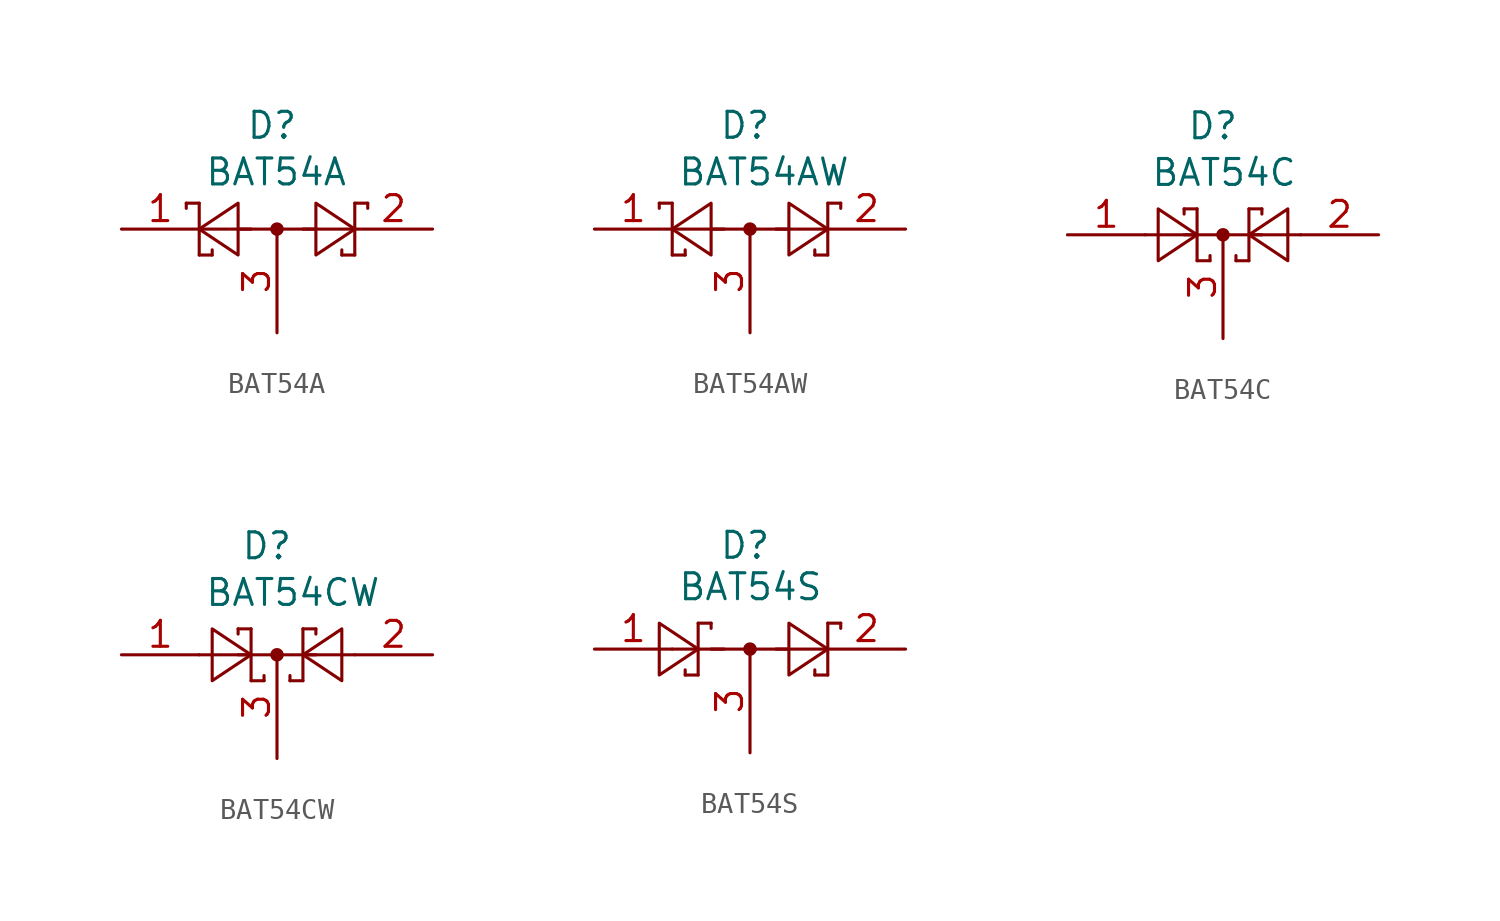
<source format=kicad_sym>
(kicad_symbol_lib
  (version 20241209)
  (generator "kicad_symbol_editor")
  (generator_version "9.0")
  (symbol "BAT54A"
    (pin_names
      (offset 1.016)
      (hide yes))
    (property "Reference" "D"
      (at -1.524 5.08 0)
      (effects (font (size 1.27 1.27)) (justify left)))
    (property "Value" "BAT54A"
      (at -3.556 2.794 0)
      (effects (font (size 1.27 1.27)) (justify left)))
    (symbol "BAT54A_0_1"
      (polyline (pts (xy -4.445 1.27) (xy -4.445 1.016)) (stroke (width 0) (type default)) (fill (type none)))
      (polyline (pts (xy -3.81 1.27) (xy -4.445 1.27)) (stroke (width 0) (type default)) (fill (type none)))
      (polyline (pts (xy -3.81 0) (xy -1.27 0)) (stroke (width 0) (type default)) (fill (type none)))
      (polyline (pts (xy -3.81 -1.27) (xy -3.81 1.27)) (stroke (width 0) (type default)) (fill (type none)))
      (polyline (pts (xy -3.81 -1.27) (xy -3.175 -1.27)) (stroke (width 0) (type default)) (fill (type none)))
      (polyline (pts (xy -3.175 -1.27) (xy -3.175 -1.016)) (stroke (width 0) (type default)) (fill (type none)))
      (polyline (pts (xy -1.905 1.27) (xy -1.905 -1.27) (xy -3.81 0) (xy -1.905 1.27)) (stroke (width 0) (type default)) (fill (type none)))
      (polyline (pts (xy -1.905 0) (xy 1.905 0)) (stroke (width 0) (type default)) (fill (type none)))
      (circle (center 0 0) (radius 0.254) (stroke (width 0) (type default)) (fill (type outline)))
      (polyline (pts (xy 1.27 0) (xy 3.81 0)) (stroke (width 0) (type default)) (fill (type none)))
      (polyline (pts (xy 1.905 1.27) (xy 1.905 -1.27) (xy 3.81 0) (xy 1.905 1.27)) (stroke (width 0) (type default)) (fill (type none)))
      (polyline (pts (xy 3.175 -1.27) (xy 3.175 -1.016)) (stroke (width 0) (type default)) (fill (type none)))
      (polyline (pts (xy 3.81 1.27) (xy 4.445 1.27)) (stroke (width 0) (type default)) (fill (type none)))
      (polyline (pts (xy 3.81 -1.27) (xy 3.175 -1.27)) (stroke (width 0) (type default)) (fill (type none)))
      (polyline (pts (xy 3.81 -1.27) (xy 3.81 1.27)) (stroke (width 0) (type default)) (fill (type none)))
      (polyline (pts (xy 4.445 1.27) (xy 4.445 1.016)) (stroke (width 0) (type default)) (fill (type none))))
    (symbol "BAT54A_1_1"
      (pin passive line (at -7.62 0 0) (length 3.81) (name "K1" (effects (font (size 1.27 1.27)))) (number "1" (effects (font (size 1.27 1.27)))))
      (pin passive line (at 0 -5.08 90) (length 5.08) (name "A" (effects (font (size 1.27 1.27)))) (number "3" (effects (font (size 1.27 1.27)))))
      (pin passive line (at 7.62 0 180) (length 3.81) (name "K2" (effects (font (size 1.27 1.27)))) (number "2" (effects (font (size 1.27 1.27)))))))
  (symbol "BAT54AW"
    (pin_names
      (offset 1.016)
      (hide yes))
    (property "Reference" "D"
      (at -1.524 5.08 0)
      (effects (font (size 1.27 1.27)) (justify left)))
    (property "Value" "BAT54AW"
      (at -3.556 2.794 0)
      (effects (font (size 1.27 1.27)) (justify left)))
    (symbol "BAT54AW_0_1"
      (polyline (pts (xy -4.445 1.27) (xy -4.445 1.016)) (stroke (width 0) (type default)) (fill (type none)))
      (polyline (pts (xy -3.81 1.27) (xy -4.445 1.27)) (stroke (width 0) (type default)) (fill (type none)))
      (polyline (pts (xy -3.81 0) (xy -1.27 0)) (stroke (width 0) (type default)) (fill (type none)))
      (polyline (pts (xy -3.81 -1.27) (xy -3.81 1.27)) (stroke (width 0) (type default)) (fill (type none)))
      (polyline (pts (xy -3.81 -1.27) (xy -3.175 -1.27)) (stroke (width 0) (type default)) (fill (type none)))
      (polyline (pts (xy -3.175 -1.27) (xy -3.175 -1.016)) (stroke (width 0) (type default)) (fill (type none)))
      (polyline (pts (xy -1.905 1.27) (xy -1.905 -1.27) (xy -3.81 0) (xy -1.905 1.27)) (stroke (width 0) (type default)) (fill (type none)))
      (polyline (pts (xy -1.905 0) (xy 1.905 0)) (stroke (width 0) (type default)) (fill (type none)))
      (circle (center 0 0) (radius 0.254) (stroke (width 0) (type default)) (fill (type outline)))
      (polyline (pts (xy 1.27 0) (xy 3.81 0)) (stroke (width 0) (type default)) (fill (type none)))
      (polyline (pts (xy 1.905 1.27) (xy 1.905 -1.27) (xy 3.81 0) (xy 1.905 1.27)) (stroke (width 0) (type default)) (fill (type none)))
      (polyline (pts (xy 3.175 -1.27) (xy 3.175 -1.016)) (stroke (width 0) (type default)) (fill (type none)))
      (polyline (pts (xy 3.81 1.27) (xy 4.445 1.27)) (stroke (width 0) (type default)) (fill (type none)))
      (polyline (pts (xy 3.81 -1.27) (xy 3.175 -1.27)) (stroke (width 0) (type default)) (fill (type none)))
      (polyline (pts (xy 3.81 -1.27) (xy 3.81 1.27)) (stroke (width 0) (type default)) (fill (type none)))
      (polyline (pts (xy 4.445 1.27) (xy 4.445 1.016)) (stroke (width 0) (type default)) (fill (type none))))
    (symbol "BAT54AW_1_1"
      (pin passive line (at -7.62 0 0) (length 3.81) (name "K1" (effects (font (size 1.27 1.27)))) (number "1" (effects (font (size 1.27 1.27)))))
      (pin passive line (at 0 -5.08 90) (length 5.08) (name "A" (effects (font (size 1.27 1.27)))) (number "3" (effects (font (size 1.27 1.27)))))
      (pin passive line (at 7.62 0 180) (length 3.81) (name "K2" (effects (font (size 1.27 1.27)))) (number "2" (effects (font (size 1.27 1.27)))))))
  (symbol "BAT54C"
    (pin_names
      (offset 1.016)
      (hide yes))
    (property "Reference" "D"
      (at -1.778 5.334 0)
      (effects (font (size 1.27 1.27)) (justify left)))
    (property "Value" "BAT54C"
      (at -3.556 3.048 0)
      (effects (font (size 1.27 1.27)) (justify left)))
    (symbol "BAT54C_0_1"
      (polyline (pts (xy -3.175 -1.27) (xy -3.175 1.27) (xy -1.27 0) (xy -3.175 -1.27)) (stroke (width 0) (type default)) (fill (type none)))
      (polyline (pts (xy -1.905 1.27) (xy -1.905 1.016)) (stroke (width 0) (type default)) (fill (type none)))
      (polyline (pts (xy -1.905 0) (xy 1.905 0)) (stroke (width 0) (type default)) (fill (type none)))
      (polyline (pts (xy -1.27 1.27) (xy -1.905 1.27)) (stroke (width 0) (type default)) (fill (type none)))
      (polyline (pts (xy -1.27 1.27) (xy -1.27 -1.27)) (stroke (width 0) (type default)) (fill (type none)))
      (polyline (pts (xy -1.27 0) (xy -3.81 0)) (stroke (width 0) (type default)) (fill (type none)))
      (polyline (pts (xy -1.27 -1.27) (xy -0.635 -1.27)) (stroke (width 0) (type default)) (fill (type none)))
      (polyline (pts (xy -0.635 -1.27) (xy -0.635 -1.016)) (stroke (width 0) (type default)) (fill (type none)))
      (circle (center 0 0) (radius 0.254) (stroke (width 0) (type default)) (fill (type outline)))
      (polyline (pts (xy 0.635 -1.27) (xy 0.635 -1.016)) (stroke (width 0) (type default)) (fill (type none)))
      (polyline (pts (xy 1.27 1.27) (xy 1.27 -1.27)) (stroke (width 0) (type default)) (fill (type none)))
      (polyline (pts (xy 1.27 1.27) (xy 1.905 1.27)) (stroke (width 0) (type default)) (fill (type none)))
      (polyline (pts (xy 1.27 -1.27) (xy 0.635 -1.27)) (stroke (width 0) (type default)) (fill (type none)))
      (polyline (pts (xy 1.905 1.27) (xy 1.905 1.016)) (stroke (width 0) (type default)) (fill (type none)))
      (polyline (pts (xy 3.175 -1.27) (xy 3.175 1.27) (xy 1.27 0) (xy 3.175 -1.27)) (stroke (width 0) (type default)) (fill (type none)))
      (polyline (pts (xy 3.81 0) (xy 1.27 0)) (stroke (width 0) (type default)) (fill (type none))))
    (symbol "BAT54C_1_1"
      (pin passive line (at -7.62 0 0) (length 3.81) (name "A1" (effects (font (size 1.27 1.27)))) (number "1" (effects (font (size 1.27 1.27)))))
      (pin passive line (at 0 -5.08 90) (length 5.08) (name "K" (effects (font (size 1.27 1.27)))) (number "3" (effects (font (size 1.27 1.27)))))
      (pin passive line (at 7.62 0 180) (length 3.81) (name "A2" (effects (font (size 1.27 1.27)))) (number "2" (effects (font (size 1.27 1.27)))))))
  (symbol "BAT54CW"
    (pin_names
      (offset 1.016)
      (hide yes))
    (property "Reference" "D"
      (at -1.778 5.334 0)
      (effects (font (size 1.27 1.27)) (justify left)))
    (property "Value" "BAT54CW"
      (at -3.556 3.048 0)
      (effects (font (size 1.27 1.27)) (justify left)))
    (symbol "BAT54CW_0_1"
      (polyline (pts (xy -3.175 -1.27) (xy -3.175 1.27) (xy -1.27 0) (xy -3.175 -1.27)) (stroke (width 0) (type default)) (fill (type none)))
      (polyline (pts (xy -1.905 1.27) (xy -1.905 1.016)) (stroke (width 0) (type default)) (fill (type none)))
      (polyline (pts (xy -1.905 0) (xy 1.905 0)) (stroke (width 0) (type default)) (fill (type none)))
      (polyline (pts (xy -1.27 1.27) (xy -1.905 1.27)) (stroke (width 0) (type default)) (fill (type none)))
      (polyline (pts (xy -1.27 1.27) (xy -1.27 -1.27)) (stroke (width 0) (type default)) (fill (type none)))
      (polyline (pts (xy -1.27 0) (xy -3.81 0)) (stroke (width 0) (type default)) (fill (type none)))
      (polyline (pts (xy -1.27 -1.27) (xy -0.635 -1.27)) (stroke (width 0) (type default)) (fill (type none)))
      (polyline (pts (xy -0.635 -1.27) (xy -0.635 -1.016)) (stroke (width 0) (type default)) (fill (type none)))
      (circle (center 0 0) (radius 0.254) (stroke (width 0) (type default)) (fill (type outline)))
      (polyline (pts (xy 0.635 -1.27) (xy 0.635 -1.016)) (stroke (width 0) (type default)) (fill (type none)))
      (polyline (pts (xy 1.27 1.27) (xy 1.27 -1.27)) (stroke (width 0) (type default)) (fill (type none)))
      (polyline (pts (xy 1.27 1.27) (xy 1.905 1.27)) (stroke (width 0) (type default)) (fill (type none)))
      (polyline (pts (xy 1.27 -1.27) (xy 0.635 -1.27)) (stroke (width 0) (type default)) (fill (type none)))
      (polyline (pts (xy 1.905 1.27) (xy 1.905 1.016)) (stroke (width 0) (type default)) (fill (type none)))
      (polyline (pts (xy 3.175 -1.27) (xy 3.175 1.27) (xy 1.27 0) (xy 3.175 -1.27)) (stroke (width 0) (type default)) (fill (type none)))
      (polyline (pts (xy 3.81 0) (xy 1.27 0)) (stroke (width 0) (type default)) (fill (type none))))
    (symbol "BAT54CW_1_1"
      (pin passive line (at -7.62 0 0) (length 3.81) (name "A1" (effects (font (size 1.27 1.27)))) (number "1" (effects (font (size 1.27 1.27)))))
      (pin passive line (at 0 -5.08 90) (length 5.08) (name "K" (effects (font (size 1.27 1.27)))) (number "3" (effects (font (size 1.27 1.27)))))
      (pin passive line (at 7.62 0 180) (length 3.81) (name "A2" (effects (font (size 1.27 1.27)))) (number "2" (effects (font (size 1.27 1.27)))))))
  (symbol "BAT54S"
    (pin_names
      (offset 0)
      (hide yes))
    (property "Reference" "D"
      (at -1.524 5.08 0)
      (effects (font (size 1.27 1.27)) (justify left)))
    (property "Value" "BAT54S"
      (at -3.556 3.048 0)
      (effects (font (size 1.27 1.27)) (justify left)))
    (symbol "BAT54S_0_1"
      (polyline (pts (xy -4.445 1.27) (xy -4.445 -1.27) (xy -2.54 0) (xy -4.445 1.27)) (stroke (width 0) (type default)) (fill (type none)))
      (polyline (pts (xy -3.81 0) (xy -1.27 0)) (stroke (width 0) (type default)) (fill (type none)))
      (polyline (pts (xy -3.175 -1.27) (xy -3.175 -1.016)) (stroke (width 0) (type default)) (fill (type none)))
      (polyline (pts (xy -2.54 1.27) (xy -1.905 1.27)) (stroke (width 0) (type default)) (fill (type none)))
      (polyline (pts (xy -2.54 -1.27) (xy -3.175 -1.27)) (stroke (width 0) (type default)) (fill (type none)))
      (polyline (pts (xy -2.54 -1.27) (xy -2.54 1.27)) (stroke (width 0) (type default)) (fill (type none)))
      (polyline (pts (xy -1.905 1.27) (xy -1.905 1.016)) (stroke (width 0) (type default)) (fill (type none)))
      (polyline (pts (xy -1.905 0) (xy 1.905 0)) (stroke (width 0) (type default)) (fill (type none)))
      (circle (center 0 0) (radius 0.254) (stroke (width 0) (type default)) (fill (type outline)))
      (polyline (pts (xy 1.27 0) (xy 3.81 0)) (stroke (width 0) (type default)) (fill (type none)))
      (polyline (pts (xy 1.905 1.27) (xy 1.905 -1.27) (xy 3.81 0) (xy 1.905 1.27)) (stroke (width 0) (type default)) (fill (type none)))
      (polyline (pts (xy 3.175 -1.27) (xy 3.175 -1.016)) (stroke (width 0) (type default)) (fill (type none)))
      (polyline (pts (xy 3.81 1.27) (xy 4.445 1.27)) (stroke (width 0) (type default)) (fill (type none)))
      (polyline (pts (xy 3.81 -1.27) (xy 3.175 -1.27)) (stroke (width 0) (type default)) (fill (type none)))
      (polyline (pts (xy 3.81 -1.27) (xy 3.81 1.27)) (stroke (width 0) (type default)) (fill (type none)))
      (polyline (pts (xy 4.445 1.27) (xy 4.445 1.016)) (stroke (width 0) (type default)) (fill (type none))))
    (symbol "BAT54S_1_1"
      (pin passive line (at -7.62 0 0) (length 3.81) (name "A" (effects (font (size 1.27 1.27)))) (number "1" (effects (font (size 1.27 1.27)))))
      (pin passive line (at 0 -5.08 90) (length 5.08) (name "COM" (effects (font (size 1.27 1.27)))) (number "3" (effects (font (size 1.27 1.27)))))
      (pin passive line (at 7.62 0 180) (length 3.81) (name "K" (effects (font (size 1.27 1.27)))) (number "2" (effects (font (size 1.27 1.27))))))))
</source>
